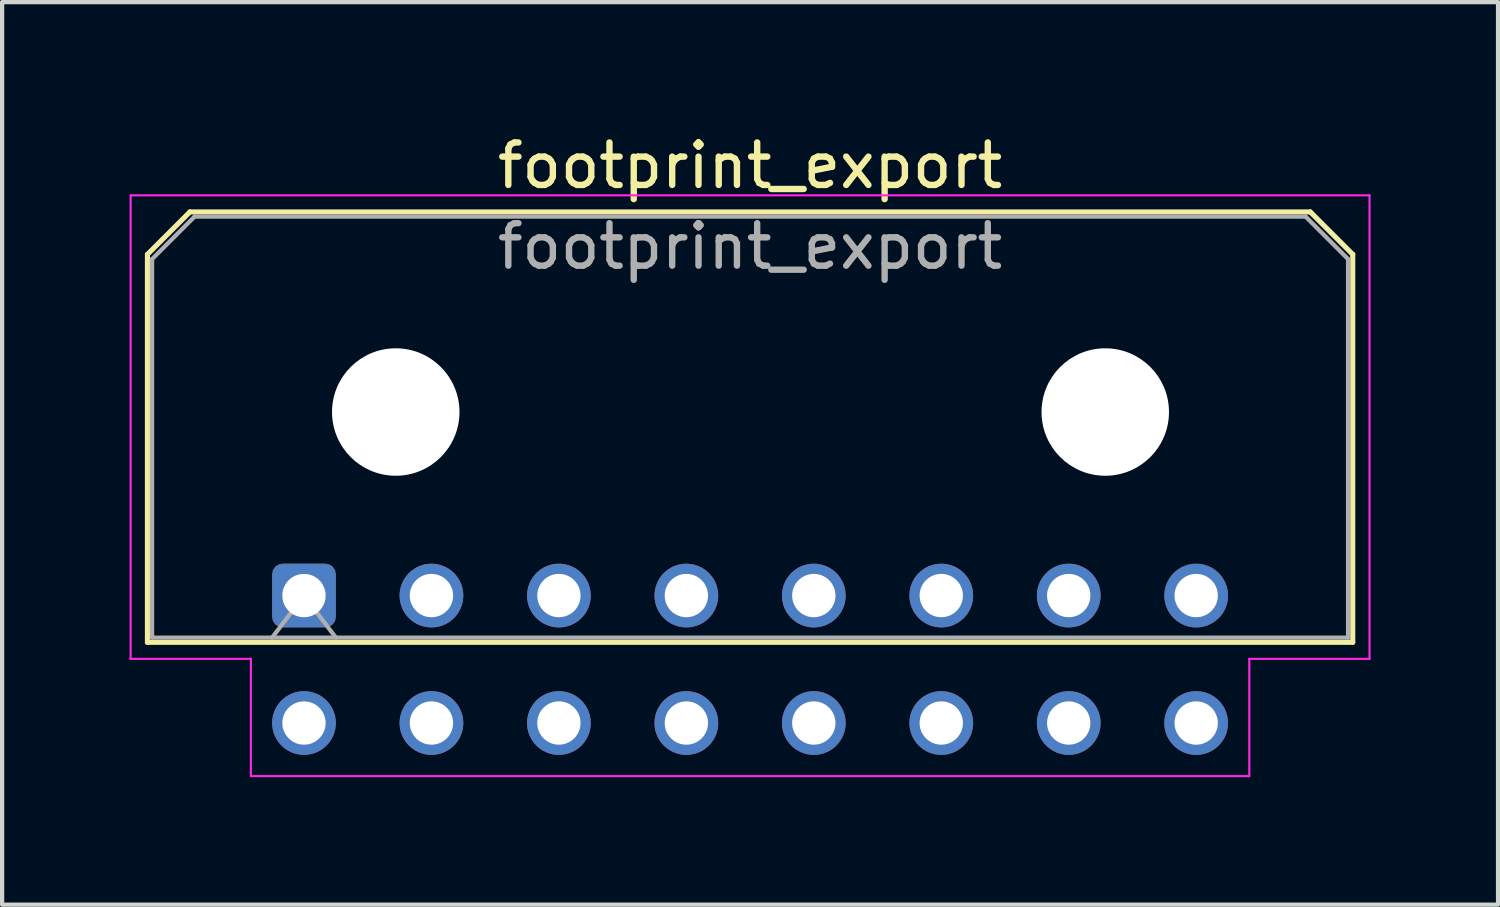
<source format=kicad_pcb>
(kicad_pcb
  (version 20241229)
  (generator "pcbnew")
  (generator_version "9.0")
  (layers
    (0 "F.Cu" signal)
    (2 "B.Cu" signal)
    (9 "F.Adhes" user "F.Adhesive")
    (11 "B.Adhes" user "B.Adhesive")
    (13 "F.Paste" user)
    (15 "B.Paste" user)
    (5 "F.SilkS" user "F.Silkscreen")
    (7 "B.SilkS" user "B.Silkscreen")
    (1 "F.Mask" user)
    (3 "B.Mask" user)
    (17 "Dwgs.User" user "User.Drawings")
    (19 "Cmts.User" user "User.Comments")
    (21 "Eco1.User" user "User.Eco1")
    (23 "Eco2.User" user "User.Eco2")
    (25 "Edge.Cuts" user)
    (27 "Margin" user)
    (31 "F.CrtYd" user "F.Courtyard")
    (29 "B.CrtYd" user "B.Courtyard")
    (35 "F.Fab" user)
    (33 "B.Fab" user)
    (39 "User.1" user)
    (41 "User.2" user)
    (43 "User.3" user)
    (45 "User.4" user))
  (footprint "footprint_export"
    (layer "F.Cu")
    (at 4.105 10.968)
    (property "Reference" "footprint_export" (at 10.5 -10.12 0) (layer "F.SilkS") (effects (font (size 1 1) (thickness 0.15))))
    (attr through_hole)
    (fp_line (start -3.685 -8.03) (end -2.685 -9.03) (stroke (width 0.12) (type solid)) (layer "F.SilkS"))
    (fp_line (start -3.685 1.1) (end -3.685 -8.03) (stroke (width 0.12) (type solid)) (layer "F.SilkS"))
    (fp_line (start -2.685 -9.03) (end 23.685 -9.03) (stroke (width 0.12) (type solid)) (layer "F.SilkS"))
    (fp_line (start 23.685 -9.03) (end 24.685 -8.03) (stroke (width 0.12) (type solid)) (layer "F.SilkS"))
    (fp_line (start 24.685 -8.03) (end 24.685 1.1) (stroke (width 0.12) (type solid)) (layer "F.SilkS"))
    (fp_line (start 24.685 1.1) (end -3.685 1.1) (stroke (width 0.12) (type solid)) (layer "F.SilkS"))
    (fp_line (start -4.08 -9.42) (end 25.08 -9.42) (stroke (width 0.05) (type solid)) (layer "F.CrtYd"))
    (fp_line (start -4.08 1.49) (end -4.08 -9.42) (stroke (width 0.05) (type solid)) (layer "F.CrtYd"))
    (fp_line (start -1.25 1.49) (end -4.08 1.49) (stroke (width 0.05) (type solid)) (layer "F.CrtYd"))
    (fp_line (start -1.25 4.25) (end -1.25 1.49) (stroke (width 0.05) (type solid)) (layer "F.CrtYd"))
    (fp_line (start 22.25 1.49) (end 22.25 4.25) (stroke (width 0.05) (type solid)) (layer "F.CrtYd"))
    (fp_line (start 22.25 4.25) (end -1.25 4.25) (stroke (width 0.05) (type solid)) (layer "F.CrtYd"))
    (fp_line (start 25.08 -9.42) (end 25.08 1.49) (stroke (width 0.05) (type solid)) (layer "F.CrtYd"))
    (fp_line (start 25.08 1.49) (end 22.25 1.49) (stroke (width 0.05) (type solid)) (layer "F.CrtYd"))
    (fp_line (start -3.575 -7.92) (end -2.575 -8.92) (stroke (width 0.1) (type solid)) (layer "F.Fab"))
    (fp_line (start -3.575 0.99) (end -3.575 -7.92) (stroke (width 0.1) (type solid)) (layer "F.Fab"))
    (fp_line (start -2.575 -8.92) (end 23.575 -8.92) (stroke (width 0.1) (type solid)) (layer "F.Fab"))
    (fp_line (start -0.75 0.99) (end 0 0) (stroke (width 0.1) (type solid)) (layer "F.Fab"))
    (fp_line (start 0 0) (end 0.75 0.99) (stroke (width 0.1) (type solid)) (layer "F.Fab"))
    (fp_line (start 23.575 -8.92) (end 24.575 -7.92) (stroke (width 0.1) (type solid)) (layer "F.Fab"))
    (fp_line (start 24.575 -7.92) (end 24.575 0.99) (stroke (width 0.1) (type solid)) (layer "F.Fab"))
    (fp_line (start 24.575 0.99) (end -3.575 0.99) (stroke (width 0.1) (type solid)) (layer "F.Fab"))
    (fp_text user "${REFERENCE}" (at 10.5 -8.22 0) (layer "F.Fab") (effects (font (size 1 1) (thickness 0.15))))
    (pad "" np_thru_hole circle (at 2.16 -4.32) (size 3 3) (drill 3) (layers "*.Cu" "*.Mask"))
    (pad "" np_thru_hole circle (at 18.86 -4.32) (size 3 3) (drill 3) (layers "*.Cu" "*.Mask"))
    (pad "1" thru_hole roundrect (at 0 0) (size 1.5 1.5) (drill 1.02) (layers "*.Cu" "*.Mask") (roundrect_rratio 0.167))
    (pad "2" thru_hole circle (at 3 0) (size 1.5 1.5) (drill 1.02) (layers "*.Cu" "*.Mask"))
    (pad "3" thru_hole circle (at 6 0) (size 1.5 1.5) (drill 1.02) (layers "*.Cu" "*.Mask"))
    (pad "4" thru_hole circle (at 9 0) (size 1.5 1.5) (drill 1.02) (layers "*.Cu" "*.Mask"))
    (pad "5" thru_hole circle (at 12 0) (size 1.5 1.5) (drill 1.02) (layers "*.Cu" "*.Mask"))
    (pad "6" thru_hole circle (at 15 0) (size 1.5 1.5) (drill 1.02) (layers "*.Cu" "*.Mask"))
    (pad "7" thru_hole circle (at 18 0) (size 1.5 1.5) (drill 1.02) (layers "*.Cu" "*.Mask"))
    (pad "8" thru_hole circle (at 21 0) (size 1.5 1.5) (drill 1.02) (layers "*.Cu" "*.Mask"))
    (pad "9" thru_hole circle (at 0 3) (size 1.5 1.5) (drill 1.02) (layers "*.Cu" "*.Mask"))
    (pad "10" thru_hole circle (at 3 3) (size 1.5 1.5) (drill 1.02) (layers "*.Cu" "*.Mask"))
    (pad "11" thru_hole circle (at 6 3) (size 1.5 1.5) (drill 1.02) (layers "*.Cu" "*.Mask"))
    (pad "12" thru_hole circle (at 9 3) (size 1.5 1.5) (drill 1.02) (layers "*.Cu" "*.Mask"))
    (pad "13" thru_hole circle (at 12 3) (size 1.5 1.5) (drill 1.02) (layers "*.Cu" "*.Mask"))
    (pad "14" thru_hole circle (at 15 3) (size 1.5 1.5) (drill 1.02) (layers "*.Cu" "*.Mask"))
    (pad "15" thru_hole circle (at 18 3) (size 1.5 1.5) (drill 1.02) (layers "*.Cu" "*.Mask"))
    (pad "16" thru_hole circle (at 21 3) (size 1.5 1.5) (drill 1.02) (layers "*.Cu" "*.Mask")))
  (gr_rect
    (start -3 -3)
    (end 32.21 18.243)
    (stroke (width 0.1) (type default))
    (fill no)
    (layer "Edge.Cuts")))
</source>
